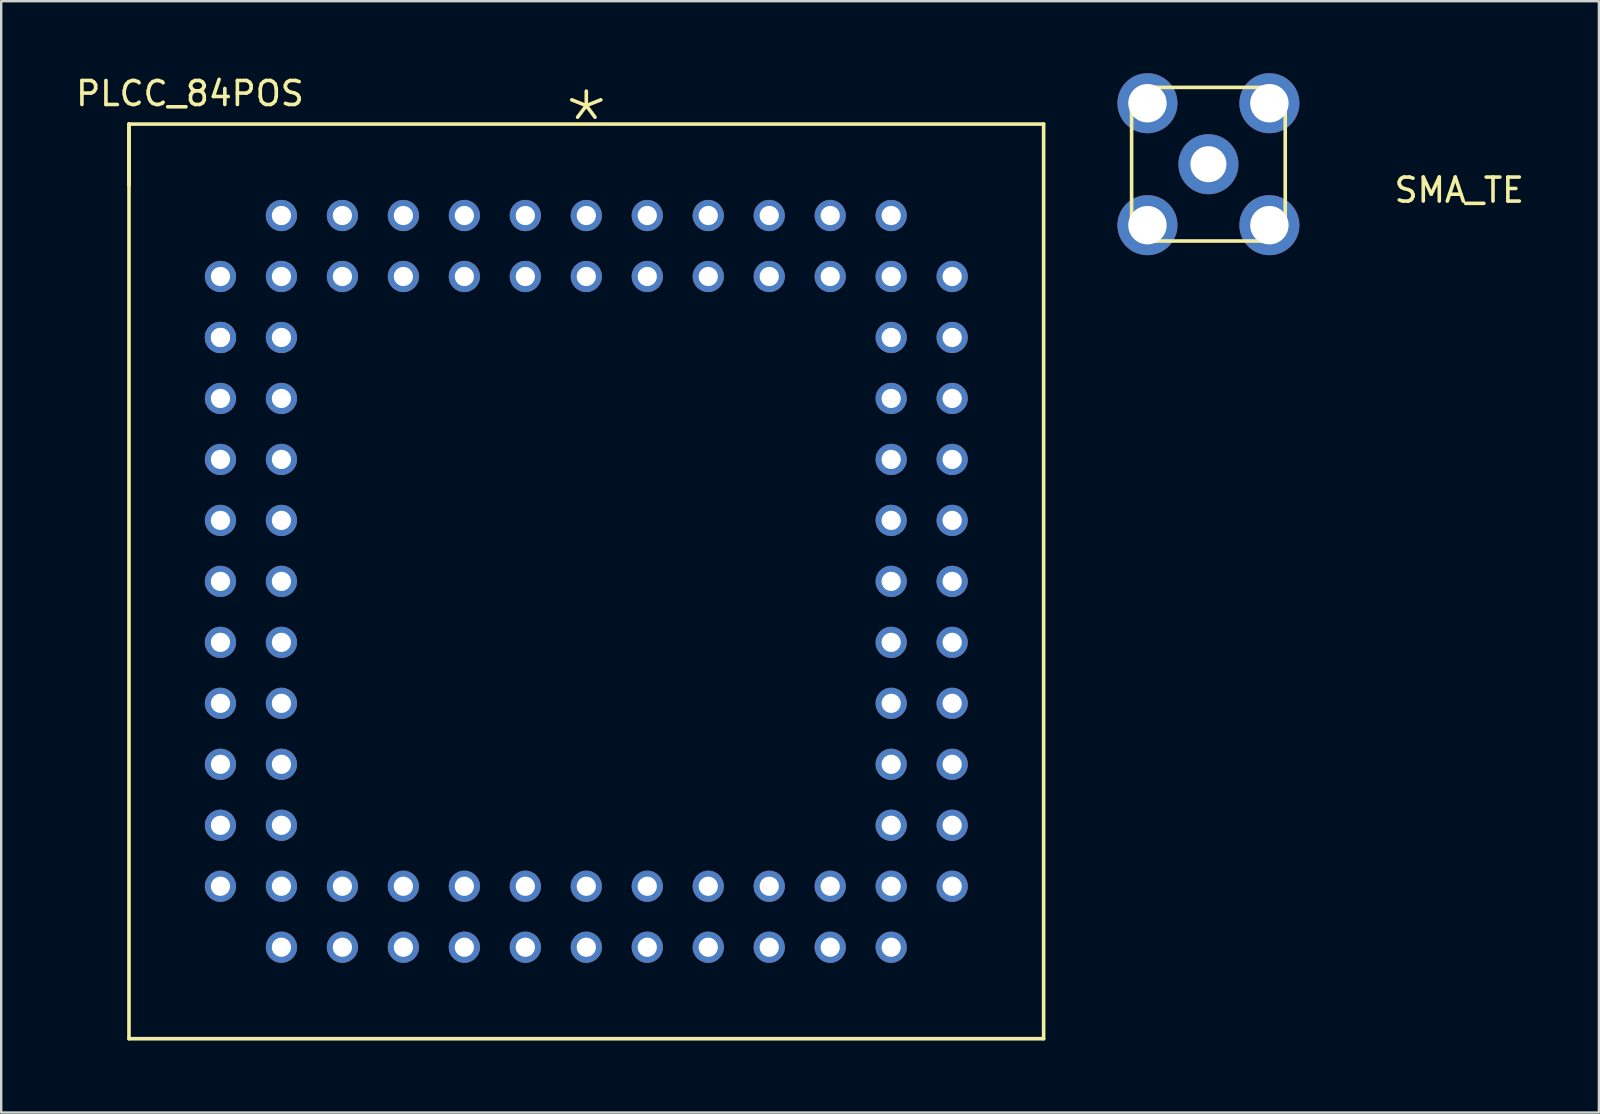
<source format=kicad_pcb>
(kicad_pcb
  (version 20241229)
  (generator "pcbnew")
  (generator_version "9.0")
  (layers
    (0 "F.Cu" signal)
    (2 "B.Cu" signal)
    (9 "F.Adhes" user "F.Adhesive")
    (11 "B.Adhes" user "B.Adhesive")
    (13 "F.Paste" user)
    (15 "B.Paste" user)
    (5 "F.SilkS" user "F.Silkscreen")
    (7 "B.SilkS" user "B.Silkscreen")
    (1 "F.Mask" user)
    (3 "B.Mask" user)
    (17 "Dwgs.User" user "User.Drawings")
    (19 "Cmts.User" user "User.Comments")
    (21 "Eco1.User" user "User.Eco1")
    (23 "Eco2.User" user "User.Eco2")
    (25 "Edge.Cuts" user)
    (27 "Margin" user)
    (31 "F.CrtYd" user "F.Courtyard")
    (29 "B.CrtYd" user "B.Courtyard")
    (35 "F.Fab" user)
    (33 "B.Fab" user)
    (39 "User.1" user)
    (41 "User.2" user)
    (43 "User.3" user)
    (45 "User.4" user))
  (footprint "SMA_TE"
    (layer "F.Cu")
    (at 47.288 3.79)
    (property "Reference" "SMA_TE" (at 10.45 1.08 0) (layer "F.SilkS") (effects (font (size 1 1) (thickness 0.15))))
    (attr through_hole)
    (fp_line (start -3.2 -2.2) (end -2.2 -2.2) (stroke (width 0.15) (type solid)) (layer "F.SilkS"))
    (fp_line (start -3.2 2.2) (end -3.2 -2.2) (stroke (width 0.15) (type solid)) (layer "F.SilkS"))
    (fp_line (start -2.2 -3.2) (end 2.2 -3.2) (stroke (width 0.15) (type solid)) (layer "F.SilkS"))
    (fp_line (start -2.2 -2.2) (end -2.2 -3.2) (stroke (width 0.15) (type solid)) (layer "F.SilkS"))
    (fp_line (start -2.2 2.2) (end -3.2 2.2) (stroke (width 0.15) (type solid)) (layer "F.SilkS"))
    (fp_line (start -2.2 3.2) (end -2.2 2.2) (stroke (width 0.15) (type solid)) (layer "F.SilkS"))
    (fp_line (start 2.2 -3.2) (end 2.2 -2.2) (stroke (width 0.15) (type solid)) (layer "F.SilkS"))
    (fp_line (start 2.2 -2.2) (end 3.2 -2.2) (stroke (width 0.15) (type solid)) (layer "F.SilkS"))
    (fp_line (start 2.2 2.3) (end 2.2 3.2) (stroke (width 0.15) (type solid)) (layer "F.SilkS"))
    (fp_line (start 2.2 3.2) (end -2.2 3.2) (stroke (width 0.15) (type solid)) (layer "F.SilkS"))
    (fp_line (start 3.2 -2.2) (end 3.2 2.3) (stroke (width 0.15) (type solid)) (layer "F.SilkS"))
    (fp_line (start 3.2 2.3) (end 2.2 2.3) (stroke (width 0.15) (type solid)) (layer "F.SilkS"))
    (pad "1" thru_hole circle (at -2.54 -2.54) (size 2.5 2.5) (drill 1.6) (layers "*.Cu" "*.Mask"))
    (pad "2" thru_hole circle (at -2.54 2.54) (size 2.5 2.5) (drill 1.6) (layers "*.Cu" "*.Mask"))
    (pad "3" thru_hole circle (at 2.54 2.54) (size 2.5 2.5) (drill 1.6) (layers "*.Cu" "*.Mask"))
    (pad "4" thru_hole circle (at 2.54 -2.54) (size 2.5 2.5) (drill 1.6) (layers "*.Cu" "*.Mask"))
    (pad "5" thru_hole circle (at 0 0) (size 2.5 2.5) (drill 1.5) (layers "*.Cu" "*.Mask")))
  (footprint "PLCC_84POS"
    (layer "F.Cu")
    (at 21.373 21.168)
    (property "Reference" "PLCC_84POS" (at -16.51 -20.32 0) (layer "F.SilkS") (effects (font (size 1 1) (thickness 0.15))))
    (attr through_hole)
    (fp_line (start -19.05 -19.05) (end -19.05 -16.51) (stroke (width 0.15) (type solid)) (layer "F.SilkS"))
    (fp_line (start -19.05 -19.05) (end 19.05 -19.05) (stroke (width 0.15) (type solid)) (layer "F.SilkS"))
    (fp_line (start -19.05 19.05) (end -19.05 -19.05) (stroke (width 0.15) (type solid)) (layer "F.SilkS"))
    (fp_line (start 19.05 -19.05) (end 19.05 19.05) (stroke (width 0.15) (type solid)) (layer "F.SilkS"))
    (fp_line (start 19.05 19.05) (end -19.05 19.05) (stroke (width 0.15) (type solid)) (layer "F.SilkS"))
    (fp_text user "*" (at 0 -19.05 0) (layer "F.SilkS") (effects (font (size 2.54 2.54) (thickness 0.15))))
    (pad "1" thru_hole circle (at 0 -15.24) (size 1.3 1.3) (drill 0.8) (layers "*.Cu" "*.Mask"))
    (pad "2" thru_hole circle (at 0 -12.7) (size 1.3 1.3) (drill 0.8) (layers "*.Cu" "*.Mask"))
    (pad "3" thru_hole circle (at -2.54 -15.24) (size 1.3 1.3) (drill 0.8) (layers "*.Cu" "*.Mask"))
    (pad "4" thru_hole circle (at -2.54 -12.7) (size 1.3 1.3) (drill 0.8) (layers "*.Cu" "*.Mask"))
    (pad "5" thru_hole circle (at -5.08 -15.24) (size 1.3 1.3) (drill 0.8) (layers "*.Cu" "*.Mask"))
    (pad "6" thru_hole circle (at -5.08 -12.7) (size 1.3 1.3) (drill 0.8) (layers "*.Cu" "*.Mask"))
    (pad "7" thru_hole circle (at -7.62 -15.24) (size 1.3 1.3) (drill 0.8) (layers "*.Cu" "*.Mask"))
    (pad "8" thru_hole circle (at -7.62 -12.7) (size 1.3 1.3) (drill 0.8) (layers "*.Cu" "*.Mask"))
    (pad "9" thru_hole circle (at -10.16 -15.24) (size 1.3 1.3) (drill 0.8) (layers "*.Cu" "*.Mask"))
    (pad "10" thru_hole circle (at -10.16 -12.7) (size 1.3 1.3) (drill 0.8) (layers "*.Cu" "*.Mask"))
    (pad "11" thru_hole circle (at -12.7 -15.24) (size 1.3 1.3) (drill 0.8) (layers "*.Cu" "*.Mask"))
    (pad "12" thru_hole circle (at -15.24 -12.7) (size 1.3 1.3) (drill 0.8) (layers "*.Cu" "*.Mask"))
    (pad "13" thru_hole circle (at -12.7 -12.7) (size 1.3 1.3) (drill 0.8) (layers "*.Cu" "*.Mask"))
    (pad "14" thru_hole circle (at -15.24 -10.16) (size 1.3 1.3) (drill 0.8) (layers "*.Cu" "*.Mask"))
    (pad "14" thru_hole circle (at -15.24 -10.16) (size 1.3 1.3) (drill 0.8) (layers "*.Cu" "*.Mask"))
    (pad "15" thru_hole circle (at -12.7 -10.16) (size 1.3 1.3) (drill 0.8) (layers "*.Cu" "*.Mask"))
    (pad "16" thru_hole circle (at -15.24 -7.62) (size 1.3 1.3) (drill 0.8) (layers "*.Cu" "*.Mask"))
    (pad "17" thru_hole circle (at -12.7 -7.62) (size 1.3 1.3) (drill 0.8) (layers "*.Cu" "*.Mask"))
    (pad "18" thru_hole circle (at -15.24 -5.08) (size 1.3 1.3) (drill 0.8) (layers "*.Cu" "*.Mask"))
    (pad "19" thru_hole circle (at -12.7 -5.08) (size 1.3 1.3) (drill 0.8) (layers "*.Cu" "*.Mask"))
    (pad "20" thru_hole circle (at -15.24 -2.54) (size 1.3 1.3) (drill 0.8) (layers "*.Cu" "*.Mask"))
    (pad "21" thru_hole circle (at -12.7 -2.54) (size 1.3 1.3) (drill 0.8) (layers "*.Cu" "*.Mask"))
    (pad "22" thru_hole circle (at -15.24 0) (size 1.3 1.3) (drill 0.8) (layers "*.Cu" "*.Mask"))
    (pad "23" thru_hole circle (at -12.7 0) (size 1.3 1.3) (drill 0.8) (layers "*.Cu" "*.Mask"))
    (pad "24" thru_hole circle (at -15.24 2.54) (size 1.3 1.3) (drill 0.8) (layers "*.Cu" "*.Mask"))
    (pad "25" thru_hole circle (at -12.7 2.54) (size 1.3 1.3) (drill 0.8) (layers "*.Cu" "*.Mask"))
    (pad "26" thru_hole circle (at -15.24 5.08) (size 1.3 1.3) (drill 0.8) (layers "*.Cu" "*.Mask"))
    (pad "27" thru_hole circle (at -12.7 5.08) (size 1.3 1.3) (drill 0.8) (layers "*.Cu" "*.Mask"))
    (pad "28" thru_hole circle (at -15.24 7.62) (size 1.3 1.3) (drill 0.8) (layers "*.Cu" "*.Mask"))
    (pad "29" thru_hole circle (at -12.7 7.62) (size 1.3 1.3) (drill 0.8) (layers "*.Cu" "*.Mask"))
    (pad "30" thru_hole circle (at -15.24 10.16) (size 1.3 1.3) (drill 0.8) (layers "*.Cu" "*.Mask"))
    (pad "31" thru_hole circle (at -12.7 10.16) (size 1.3 1.3) (drill 0.8) (layers "*.Cu" "*.Mask"))
    (pad "32" thru_hole circle (at -15.24 12.7) (size 1.3 1.3) (drill 0.8) (layers "*.Cu" "*.Mask"))
    (pad "33" thru_hole circle (at -12.7 15.24) (size 1.3 1.3) (drill 0.8) (layers "*.Cu" "*.Mask"))
    (pad "34" thru_hole circle (at -12.7 12.7) (size 1.3 1.3) (drill 0.8) (layers "*.Cu" "*.Mask"))
    (pad "35" thru_hole circle (at -10.16 15.24) (size 1.3 1.3) (drill 0.8) (layers "*.Cu" "*.Mask"))
    (pad "36" thru_hole circle (at -10.16 12.7) (size 1.3 1.3) (drill 0.8) (layers "*.Cu" "*.Mask"))
    (pad "37" thru_hole circle (at -7.62 15.24) (size 1.3 1.3) (drill 0.8) (layers "*.Cu" "*.Mask"))
    (pad "38" thru_hole circle (at -7.62 12.7) (size 1.3 1.3) (drill 0.8) (layers "*.Cu" "*.Mask"))
    (pad "39" thru_hole circle (at -5.08 15.24) (size 1.3 1.3) (drill 0.8) (layers "*.Cu" "*.Mask"))
    (pad "40" thru_hole circle (at -5.08 12.7) (size 1.3 1.3) (drill 0.8) (layers "*.Cu" "*.Mask"))
    (pad "41" thru_hole circle (at -2.54 15.24) (size 1.3 1.3) (drill 0.8) (layers "*.Cu" "*.Mask"))
    (pad "42" thru_hole circle (at -2.54 12.7) (size 1.3 1.3) (drill 0.8) (layers "*.Cu" "*.Mask"))
    (pad "43" thru_hole circle (at 0 15.24) (size 1.3 1.3) (drill 0.8) (layers "*.Cu" "*.Mask"))
    (pad "44" thru_hole circle (at 0 12.7) (size 1.3 1.3) (drill 0.8) (layers "*.Cu" "*.Mask"))
    (pad "45" thru_hole circle (at 2.54 15.24) (size 1.3 1.3) (drill 0.8) (layers "*.Cu" "*.Mask"))
    (pad "46" thru_hole circle (at 2.54 12.7) (size 1.3 1.3) (drill 0.8) (layers "*.Cu" "*.Mask"))
    (pad "47" thru_hole circle (at 5.08 15.24) (size 1.3 1.3) (drill 0.8) (layers "*.Cu" "*.Mask"))
    (pad "48" thru_hole circle (at 5.08 12.7) (size 1.3 1.3) (drill 0.8) (layers "*.Cu" "*.Mask"))
    (pad "49" thru_hole circle (at 7.62 15.24) (size 1.3 1.3) (drill 0.8) (layers "*.Cu" "*.Mask"))
    (pad "50" thru_hole circle (at 7.62 12.7) (size 1.3 1.3) (drill 0.8) (layers "*.Cu" "*.Mask"))
    (pad "51" thru_hole circle (at 10.16 15.24) (size 1.3 1.3) (drill 0.8) (layers "*.Cu" "*.Mask"))
    (pad "52" thru_hole circle (at 10.16 12.7) (size 1.3 1.3) (drill 0.8) (layers "*.Cu" "*.Mask"))
    (pad "53" thru_hole circle (at 12.7 15.24) (size 1.3 1.3) (drill 0.8) (layers "*.Cu" "*.Mask"))
    (pad "54" thru_hole circle (at 15.24 12.7) (size 1.3 1.3) (drill 0.8) (layers "*.Cu" "*.Mask"))
    (pad "55" thru_hole circle (at 12.7 12.7) (size 1.3 1.3) (drill 0.8) (layers "*.Cu" "*.Mask"))
    (pad "56" thru_hole circle (at 15.24 10.16) (size 1.3 1.3) (drill 0.8) (layers "*.Cu" "*.Mask"))
    (pad "57" thru_hole circle (at 12.7 10.16) (size 1.3 1.3) (drill 0.8) (layers "*.Cu" "*.Mask"))
    (pad "58" thru_hole circle (at 15.24 7.62) (size 1.3 1.3) (drill 0.8) (layers "*.Cu" "*.Mask"))
    (pad "59" thru_hole circle (at 12.7 7.62) (size 1.3 1.3) (drill 0.8) (layers "*.Cu" "*.Mask"))
    (pad "60" thru_hole circle (at 15.24 5.08) (size 1.3 1.3) (drill 0.8) (layers "*.Cu" "*.Mask"))
    (pad "61" thru_hole circle (at 12.7 5.08) (size 1.3 1.3) (drill 0.8) (layers "*.Cu" "*.Mask"))
    (pad "62" thru_hole circle (at 15.24 2.54) (size 1.3 1.3) (drill 0.8) (layers "*.Cu" "*.Mask"))
    (pad "63" thru_hole circle (at 12.7 2.54) (size 1.3 1.3) (drill 0.8) (layers "*.Cu" "*.Mask"))
    (pad "64" thru_hole circle (at 15.24 0) (size 1.3 1.3) (drill 0.8) (layers "*.Cu" "*.Mask"))
    (pad "65" thru_hole circle (at 12.7 0) (size 1.3 1.3) (drill 0.8) (layers "*.Cu" "*.Mask"))
    (pad "66" thru_hole circle (at 15.24 -2.54) (size 1.3 1.3) (drill 0.8) (layers "*.Cu" "*.Mask"))
    (pad "67" thru_hole circle (at 12.7 -2.54) (size 1.3 1.3) (drill 0.8) (layers "*.Cu" "*.Mask"))
    (pad "68" thru_hole circle (at 15.24 -5.08) (size 1.3 1.3) (drill 0.8) (layers "*.Cu" "*.Mask"))
    (pad "69" thru_hole circle (at 12.7 -5.08) (size 1.3 1.3) (drill 0.8) (layers "*.Cu" "*.Mask"))
    (pad "70" thru_hole circle (at 15.24 -7.62) (size 1.3 1.3) (drill 0.8) (layers "*.Cu" "*.Mask"))
    (pad "71" thru_hole circle (at 12.7 -7.62) (size 1.3 1.3) (drill 0.8) (layers "*.Cu" "*.Mask"))
    (pad "72" thru_hole circle (at 15.24 -10.16) (size 1.3 1.3) (drill 0.8) (layers "*.Cu" "*.Mask"))
    (pad "73" thru_hole circle (at 12.7 -10.16) (size 1.3 1.3) (drill 0.8) (layers "*.Cu" "*.Mask"))
    (pad "74" thru_hole circle (at 15.24 -12.7) (size 1.3 1.3) (drill 0.8) (layers "*.Cu" "*.Mask"))
    (pad "75" thru_hole circle (at 12.7 -15.24) (size 1.3 1.3) (drill 0.8) (layers "*.Cu" "*.Mask"))
    (pad "76" thru_hole circle (at 12.7 -12.7) (size 1.3 1.3) (drill 0.8) (layers "*.Cu" "*.Mask"))
    (pad "77" thru_hole circle (at 10.16 -15.24) (size 1.3 1.3) (drill 0.8) (layers "*.Cu" "*.Mask"))
    (pad "78" thru_hole circle (at 10.16 -12.7) (size 1.3 1.3) (drill 0.8) (layers "*.Cu" "*.Mask"))
    (pad "79" thru_hole circle (at 7.62 -15.24) (size 1.3 1.3) (drill 0.8) (layers "*.Cu" "*.Mask"))
    (pad "80" thru_hole circle (at 7.62 -12.7) (size 1.3 1.3) (drill 0.8) (layers "*.Cu" "*.Mask"))
    (pad "81" thru_hole circle (at 5.08 -15.24) (size 1.3 1.3) (drill 0.8) (layers "*.Cu" "*.Mask"))
    (pad "82" thru_hole circle (at 5.08 -12.7) (size 1.3 1.3) (drill 0.8) (layers "*.Cu" "*.Mask"))
    (pad "83" thru_hole circle (at 2.54 -15.24) (size 1.3 1.3) (drill 0.8) (layers "*.Cu" "*.Mask"))
    (pad "84" thru_hole circle (at 2.54 -12.7) (size 1.3 1.3) (drill 0.8) (layers "*.Cu" "*.Mask")))
  (gr_rect
    (start -3 -3)
    (end 63.554 43.293)
    (stroke (width 0.1) (type default))
    (fill no)
    (layer "Edge.Cuts")))
</source>
